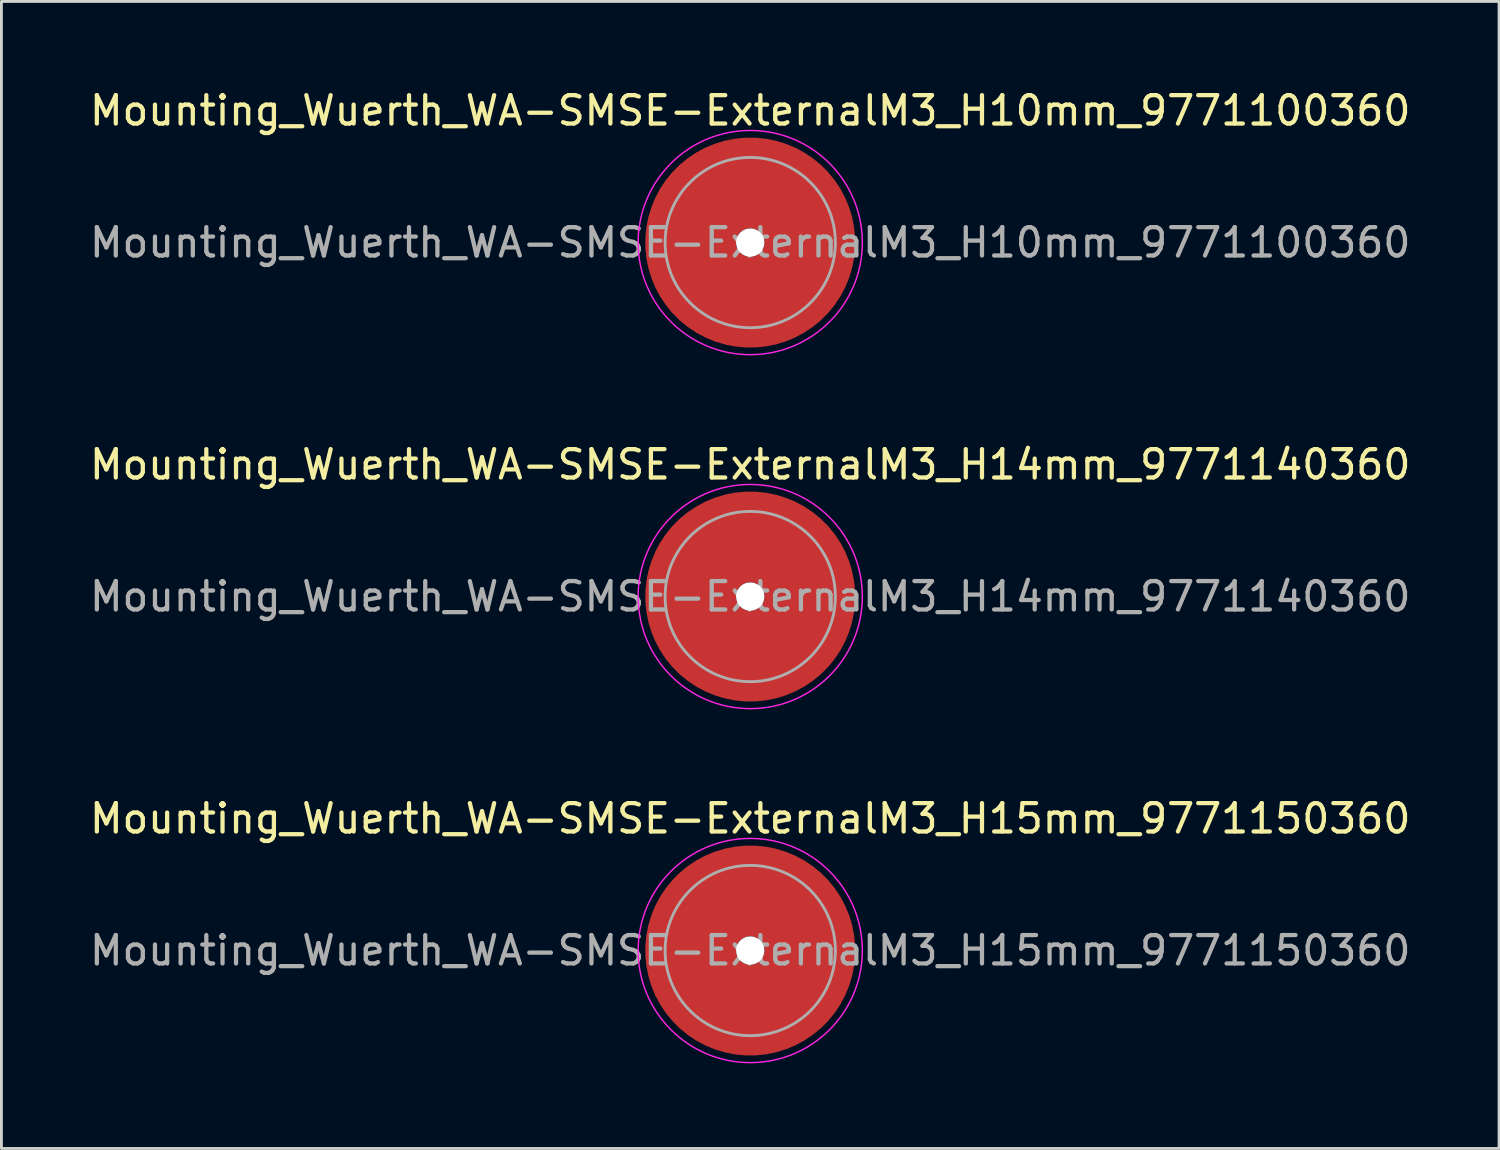
<source format=kicad_pcb>
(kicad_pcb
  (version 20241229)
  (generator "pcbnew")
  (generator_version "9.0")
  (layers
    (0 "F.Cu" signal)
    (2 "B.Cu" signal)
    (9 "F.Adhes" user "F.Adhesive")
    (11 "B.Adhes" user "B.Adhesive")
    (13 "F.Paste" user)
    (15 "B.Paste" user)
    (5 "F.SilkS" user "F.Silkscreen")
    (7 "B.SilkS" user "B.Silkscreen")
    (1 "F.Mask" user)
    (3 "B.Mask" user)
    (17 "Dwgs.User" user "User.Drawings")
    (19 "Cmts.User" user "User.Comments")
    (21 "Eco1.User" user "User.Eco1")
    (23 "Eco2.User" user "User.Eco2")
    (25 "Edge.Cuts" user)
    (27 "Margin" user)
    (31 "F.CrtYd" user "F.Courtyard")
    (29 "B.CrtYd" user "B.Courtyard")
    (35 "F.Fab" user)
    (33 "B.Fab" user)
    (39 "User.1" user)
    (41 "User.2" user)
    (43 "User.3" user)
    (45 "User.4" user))
  (footprint "Mounting_Wuerth_WA-SMSE-ExternalM3_H14mm_9771140360"
    (layer "F.Cu")
    (at 23.387 17.971)
    (property "Reference" "Mounting_Wuerth_WA-SMSE-ExternalM3_H14mm_9771140360" (at 0 -4.65 0) (layer "F.SilkS") (effects (font (size 1 1) (thickness 0.15))))
    (attr smd)
    (fp_circle (center 0 0) (end 3.95 0) (stroke (width 0.05) (type solid)) (fill no) (layer "F.CrtYd"))
    (fp_circle (center 0 0) (end 3 0) (stroke (width 0.1) (type solid)) (fill no) (layer "F.Fab"))
    (fp_text user "${REFERENCE}" (at 0 0 0) (layer "F.Fab") (effects (font (size 1 1) (thickness 0.15))))
    (pad "" smd custom (at 0 -2.1) (size 2.6 2.6) (layers "F.Paste") (options (anchor circle)) (primitives (gr_arc (start -0.305123 1.47) (mid -0.000513 1.4) (end 0.3042 1.469554) (width 0.2)) (gr_arc (start -0.493052 1.47) (mid -0.000664 1.3) (end 0.492006 1.469183) (width 0.2)) (gr_arc (start -0.642729 1.47) (mid -0.000361 1.2) (end 0.642223 1.469484) (width 0.2)) (gr_arc (start -0.776595 1.47) (mid -0.00087 1.1) (end 0.775497 1.468649) (width 0.2)) (gr_arc (start -0.901721 1.47) (mid -0.00018 1) (end 0.901515 1.469705) (width 0.2)) (gr_arc (start -1.021323 1.47) (mid -0.000665 0.9) (end 1.020624 1.468868) (width 0.2)) (gr_arc (start -1.137146 1.47) (mid -0.000289 0.8) (end 1.136866 1.469495) (width 0.2)) (gr_arc (start -1.25024 1.47) (mid -0.000155 0.7) (end 1.250101 1.469724) (width 0.2)) (gr_arc (start -1.361286 1.47) (mid -0.000403 0.6) (end 1.360947 1.469268) (width 0.2)) (gr_arc (start -1.470748 1.47) (mid -0.000334 0.5) (end 1.470485 1.469386) (width 0.2)) (gr_arc (start -1.578955 1.47) (mid -0.001427 0.400001) (end 1.577895 1.46735) (width 0.2)) (gr_arc (start -1.686149 1.47) (mid -0.000398 0.3) (end 1.68587 1.469254) (width 0.2)) (gr_arc (start -1.792512 1.47) (mid -0.001173 0.200001) (end 1.791733 1.467788) (width 0.2)) (gr_arc (start -1.898183 1.47) (mid -0.001368 0.100001) (end 1.897319 1.467404) (width 0.2)) (gr_arc (start -2.003272 1.47) (mid -0.001554 0.000001) (end 2.002338 1.467036) (width 0.2)) (gr_arc (start -2.107866 1.47) (mid -0.00037 -0.1) (end 2.107654 1.469292) (width 0.2)) (gr_arc (start -2.212035 1.47) (mid -0.00011 -0.2) (end 2.211975 1.469788) (width 0.2)) (gr_arc (start -2.315837 1.47) (mid -0.001322 -0.3) (end 2.315142 1.46745) (width 0.2)) (gr_arc (start -2.419318 1.47) (mid -0.000179 -0.4) (end 2.419228 1.469653) (width 0.2)) (gr_arc (start -2.522519 1.47) (mid -0.001235 -0.5) (end 2.521919 1.467604) (width 0.2)) (gr_arc (start -2.625471 1.47) (mid -0.000311 -0.6) (end 2.625326 1.469395) (width 0.2)) (gr_arc (start -2.728205 1.47) (mid -0.002303 -0.7) (end 2.727165 1.465513) (width 0.2)) (gr_arc (start -2.830742 1.47) (mid -0.000149 -0.8) (end 2.830677 1.469709) (width 0.2)) (gr_arc (start -2.933104 1.47) (mid -0.001447 -0.899999) (end 2.932495 1.46717) (width 0.2)) (gr_arc (start -3.035309 1.47) (mid -0.001317 -1) (end 3.034773 1.467421) (width 0.2)) (gr_arc (start -3.137372 1.47) (mid -0.002554 -1.099999) (end 3.136362 1.464993) (width 0.2)) (gr_arc (start -3.239305 1.47) (mid -0.002543 -1.199999) (end 3.23833 1.465008) (width 0.2)) (gr_arc (start -3.341123 1.47) (mid -0.001289 -1.3) (end 3.340644 1.467467) (width 0.2)) (gr_arc (start -3.442833 1.47) (mid -0.001847 -1.399999) (end 3.442166 1.466366) (width 0.2)) (gr_line (start 0.305 1.47) (end 3.443 1.47) (width 0.2)) (gr_line (start -0.305 1.47) (end -3.443 1.47) (width 0.2))))
    (pad "" np_thru_hole circle (at 0 0) (size 1 1) (drill 1) (layers "*.Cu" "*.Mask"))
    (pad "" smd custom (at 0 2.1) (size 2.6 2.6) (layers "F.Paste") (options (anchor circle)) (primitives (gr_arc (start 0.305123 -1.47) (mid 0.000513 -1.4) (end -0.3042 -1.469554) (width 0.2)) (gr_arc (start 0.493052 -1.47) (mid 0.000664 -1.3) (end -0.492006 -1.469183) (width 0.2)) (gr_arc (start 0.642729 -1.47) (mid 0.000361 -1.2) (end -0.642223 -1.469484) (width 0.2)) (gr_arc (start 0.776595 -1.47) (mid 0.00087 -1.1) (end -0.775497 -1.468649) (width 0.2)) (gr_arc (start 0.901721 -1.47) (mid 0.00018 -1) (end -0.901515 -1.469705) (width 0.2)) (gr_arc (start 1.021323 -1.47) (mid 0.000665 -0.9) (end -1.020624 -1.468868) (width 0.2)) (gr_arc (start 1.137146 -1.47) (mid 0.000289 -0.8) (end -1.136866 -1.469495) (width 0.2)) (gr_arc (start 1.25024 -1.47) (mid 0.000155 -0.7) (end -1.250101 -1.469724) (width 0.2)) (gr_arc (start 1.361286 -1.47) (mid 0.000403 -0.6) (end -1.360947 -1.469268) (width 0.2)) (gr_arc (start 1.470748 -1.47) (mid 0.000334 -0.5) (end -1.470485 -1.469386) (width 0.2)) (gr_arc (start 1.578955 -1.47) (mid 0.001427 -0.400001) (end -1.577895 -1.46735) (width 0.2)) (gr_arc (start 1.686149 -1.47) (mid 0.000398 -0.3) (end -1.68587 -1.469254) (width 0.2)) (gr_arc (start 1.792512 -1.47) (mid 0.001173 -0.200001) (end -1.791733 -1.467788) (width 0.2)) (gr_arc (start 1.898183 -1.47) (mid 0.001368 -0.100001) (end -1.897319 -1.467404) (width 0.2)) (gr_arc (start 2.003272 -1.47) (mid 0.001554 -0.000002) (end -2.002338 -1.467036) (width 0.2)) (gr_arc (start 2.107866 -1.47) (mid 0.00037 0.1) (end -2.107654 -1.469292) (width 0.2)) (gr_arc (start 2.212035 -1.47) (mid 0.00011 0.2) (end -2.211975 -1.469788) (width 0.2)) (gr_arc (start 2.315837 -1.47) (mid 0.001322 0.3) (end -2.315142 -1.46745) (width 0.2)) (gr_arc (start 2.419318 -1.47) (mid 0.000179 0.4) (end -2.419228 -1.469653) (width 0.2)) (gr_arc (start 2.522519 -1.47) (mid 0.001235 0.5) (end -2.521919 -1.467604) (width 0.2)) (gr_arc (start 2.625471 -1.47) (mid 0.000311 0.6) (end -2.625326 -1.469395) (width 0.2)) (gr_arc (start 2.728205 -1.47) (mid 0.002303 0.7) (end -2.727165 -1.465513) (width 0.2)) (gr_arc (start 2.830742 -1.47) (mid 0.000149 0.8) (end -2.830677 -1.469709) (width 0.2)) (gr_arc (start 2.933104 -1.47) (mid 0.001447 0.899999) (end -2.932495 -1.46717) (width 0.2)) (gr_arc (start 3.035309 -1.47) (mid 0.001317 1) (end -3.034773 -1.467421) (width 0.2)) (gr_arc (start 3.137372 -1.47) (mid 0.002554 1.099999) (end -3.136362 -1.464993) (width 0.2)) (gr_arc (start 3.239305 -1.47) (mid 0.002543 1.199999) (end -3.23833 -1.465008) (width 0.2)) (gr_arc (start 3.341123 -1.47) (mid 0.001289 1.3) (end -3.340644 -1.467467) (width 0.2)) (gr_arc (start 3.442833 -1.47) (mid 0.001847 1.399999) (end -3.442166 -1.466366) (width 0.2)) (gr_line (start -0.305 -1.47) (end -3.443 -1.47) (width 0.2)) (gr_line (start 0.305 -1.47) (end 3.443 -1.47) (width 0.2))))
    (pad "1" smd circle (at -2.1 0) (size 2.8 2.8) (layers "F.Cu"))
    (pad "1" smd circle (at 0 -2.1) (size 2.8 2.8) (layers "F.Cu"))
    (pad "1" smd circle (at 0 2.1) (size 2.8 2.8) (layers "F.Cu"))
    (pad "1" smd custom (at 2.1 0) (size 2.8 2.8) (layers "F.Cu" "F.Mask") (options (anchor circle)) (primitives (gr_circle (center -2.1 0) (end 0 0) (width 3.2) (fill no)))))
  (footprint "Mounting_Wuerth_WA-SMSE-ExternalM3_H10mm_9771100360"
    (layer "F.Cu")
    (at 23.387 5.498)
    (property "Reference" "Mounting_Wuerth_WA-SMSE-ExternalM3_H10mm_9771100360" (at 0 -4.65 0) (layer "F.SilkS") (effects (font (size 1 1) (thickness 0.15))))
    (attr smd)
    (fp_circle (center 0 0) (end 3.95 0) (stroke (width 0.05) (type solid)) (fill no) (layer "F.CrtYd"))
    (fp_circle (center 0 0) (end 3 0) (stroke (width 0.1) (type solid)) (fill no) (layer "F.Fab"))
    (fp_text user "${REFERENCE}" (at 0 0 0) (layer "F.Fab") (effects (font (size 1 1) (thickness 0.15))))
    (pad "" smd custom (at 0 -2.1) (size 2.6 2.6) (layers "F.Paste") (options (anchor circle)) (primitives (gr_arc (start -0.305123 1.47) (mid -0.000513 1.4) (end 0.3042 1.469554) (width 0.2)) (gr_arc (start -0.493052 1.47) (mid -0.000664 1.3) (end 0.492006 1.469183) (width 0.2)) (gr_arc (start -0.642729 1.47) (mid -0.000361 1.2) (end 0.642223 1.469484) (width 0.2)) (gr_arc (start -0.776595 1.47) (mid -0.00087 1.1) (end 0.775497 1.468649) (width 0.2)) (gr_arc (start -0.901721 1.47) (mid -0.00018 1) (end 0.901515 1.469705) (width 0.2)) (gr_arc (start -1.021323 1.47) (mid -0.000665 0.9) (end 1.020624 1.468868) (width 0.2)) (gr_arc (start -1.137146 1.47) (mid -0.000289 0.8) (end 1.136866 1.469495) (width 0.2)) (gr_arc (start -1.25024 1.47) (mid -0.000155 0.7) (end 1.250101 1.469724) (width 0.2)) (gr_arc (start -1.361286 1.47) (mid -0.000403 0.6) (end 1.360947 1.469268) (width 0.2)) (gr_arc (start -1.470748 1.47) (mid -0.000334 0.5) (end 1.470485 1.469386) (width 0.2)) (gr_arc (start -1.578955 1.47) (mid -0.001427 0.400001) (end 1.577895 1.46735) (width 0.2)) (gr_arc (start -1.686149 1.47) (mid -0.000398 0.3) (end 1.68587 1.469254) (width 0.2)) (gr_arc (start -1.792512 1.47) (mid -0.001173 0.200001) (end 1.791733 1.467788) (width 0.2)) (gr_arc (start -1.898183 1.47) (mid -0.001368 0.100001) (end 1.897319 1.467404) (width 0.2)) (gr_arc (start -2.003272 1.47) (mid -0.001554 0.000001) (end 2.002338 1.467036) (width 0.2)) (gr_arc (start -2.107866 1.47) (mid -0.00037 -0.1) (end 2.107654 1.469292) (width 0.2)) (gr_arc (start -2.212035 1.47) (mid -0.00011 -0.2) (end 2.211975 1.469788) (width 0.2)) (gr_arc (start -2.315837 1.47) (mid -0.001322 -0.3) (end 2.315142 1.46745) (width 0.2)) (gr_arc (start -2.419318 1.47) (mid -0.000179 -0.4) (end 2.419228 1.469653) (width 0.2)) (gr_arc (start -2.522519 1.47) (mid -0.001235 -0.5) (end 2.521919 1.467604) (width 0.2)) (gr_arc (start -2.625471 1.47) (mid -0.000311 -0.6) (end 2.625326 1.469395) (width 0.2)) (gr_arc (start -2.728205 1.47) (mid -0.002303 -0.7) (end 2.727165 1.465513) (width 0.2)) (gr_arc (start -2.830742 1.47) (mid -0.000149 -0.8) (end 2.830677 1.469709) (width 0.2)) (gr_arc (start -2.933104 1.47) (mid -0.001447 -0.899999) (end 2.932495 1.46717) (width 0.2)) (gr_arc (start -3.035309 1.47) (mid -0.001317 -1) (end 3.034773 1.467421) (width 0.2)) (gr_arc (start -3.137372 1.47) (mid -0.002554 -1.099999) (end 3.136362 1.464993) (width 0.2)) (gr_arc (start -3.239305 1.47) (mid -0.002543 -1.199999) (end 3.23833 1.465008) (width 0.2)) (gr_arc (start -3.341123 1.47) (mid -0.001289 -1.3) (end 3.340644 1.467467) (width 0.2)) (gr_arc (start -3.442833 1.47) (mid -0.001847 -1.399999) (end 3.442166 1.466366) (width 0.2)) (gr_line (start 0.305 1.47) (end 3.443 1.47) (width 0.2)) (gr_line (start -0.305 1.47) (end -3.443 1.47) (width 0.2))))
    (pad "" np_thru_hole circle (at 0 0) (size 1 1) (drill 1) (layers "*.Cu" "*.Mask"))
    (pad "" smd custom (at 0 2.1) (size 2.6 2.6) (layers "F.Paste") (options (anchor circle)) (primitives (gr_arc (start 0.305123 -1.47) (mid 0.000513 -1.4) (end -0.3042 -1.469554) (width 0.2)) (gr_arc (start 0.493052 -1.47) (mid 0.000664 -1.3) (end -0.492006 -1.469183) (width 0.2)) (gr_arc (start 0.642729 -1.47) (mid 0.000361 -1.2) (end -0.642223 -1.469484) (width 0.2)) (gr_arc (start 0.776595 -1.47) (mid 0.00087 -1.1) (end -0.775497 -1.468649) (width 0.2)) (gr_arc (start 0.901721 -1.47) (mid 0.00018 -1) (end -0.901515 -1.469705) (width 0.2)) (gr_arc (start 1.021323 -1.47) (mid 0.000665 -0.9) (end -1.020624 -1.468868) (width 0.2)) (gr_arc (start 1.137146 -1.47) (mid 0.000289 -0.8) (end -1.136866 -1.469495) (width 0.2)) (gr_arc (start 1.25024 -1.47) (mid 0.000155 -0.7) (end -1.250101 -1.469724) (width 0.2)) (gr_arc (start 1.361286 -1.47) (mid 0.000403 -0.6) (end -1.360947 -1.469268) (width 0.2)) (gr_arc (start 1.470748 -1.47) (mid 0.000334 -0.5) (end -1.470485 -1.469386) (width 0.2)) (gr_arc (start 1.578955 -1.47) (mid 0.001427 -0.400001) (end -1.577895 -1.46735) (width 0.2)) (gr_arc (start 1.686149 -1.47) (mid 0.000398 -0.3) (end -1.68587 -1.469254) (width 0.2)) (gr_arc (start 1.792512 -1.47) (mid 0.001173 -0.200001) (end -1.791733 -1.467788) (width 0.2)) (gr_arc (start 1.898183 -1.47) (mid 0.001368 -0.100001) (end -1.897319 -1.467404) (width 0.2)) (gr_arc (start 2.003272 -1.47) (mid 0.001554 -0.000002) (end -2.002338 -1.467036) (width 0.2)) (gr_arc (start 2.107866 -1.47) (mid 0.00037 0.1) (end -2.107654 -1.469292) (width 0.2)) (gr_arc (start 2.212035 -1.47) (mid 0.00011 0.2) (end -2.211975 -1.469788) (width 0.2)) (gr_arc (start 2.315837 -1.47) (mid 0.001322 0.3) (end -2.315142 -1.46745) (width 0.2)) (gr_arc (start 2.419318 -1.47) (mid 0.000179 0.4) (end -2.419228 -1.469653) (width 0.2)) (gr_arc (start 2.522519 -1.47) (mid 0.001235 0.5) (end -2.521919 -1.467604) (width 0.2)) (gr_arc (start 2.625471 -1.47) (mid 0.000311 0.6) (end -2.625326 -1.469395) (width 0.2)) (gr_arc (start 2.728205 -1.47) (mid 0.002303 0.7) (end -2.727165 -1.465513) (width 0.2)) (gr_arc (start 2.830742 -1.47) (mid 0.000149 0.8) (end -2.830677 -1.469709) (width 0.2)) (gr_arc (start 2.933104 -1.47) (mid 0.001447 0.899999) (end -2.932495 -1.46717) (width 0.2)) (gr_arc (start 3.035309 -1.47) (mid 0.001317 1) (end -3.034773 -1.467421) (width 0.2)) (gr_arc (start 3.137372 -1.47) (mid 0.002554 1.099999) (end -3.136362 -1.464993) (width 0.2)) (gr_arc (start 3.239305 -1.47) (mid 0.002543 1.199999) (end -3.23833 -1.465008) (width 0.2)) (gr_arc (start 3.341123 -1.47) (mid 0.001289 1.3) (end -3.340644 -1.467467) (width 0.2)) (gr_arc (start 3.442833 -1.47) (mid 0.001847 1.399999) (end -3.442166 -1.466366) (width 0.2)) (gr_line (start -0.305 -1.47) (end -3.443 -1.47) (width 0.2)) (gr_line (start 0.305 -1.47) (end 3.443 -1.47) (width 0.2))))
    (pad "1" smd circle (at -2.1 0) (size 2.8 2.8) (layers "F.Cu"))
    (pad "1" smd circle (at 0 -2.1) (size 2.8 2.8) (layers "F.Cu"))
    (pad "1" smd circle (at 0 2.1) (size 2.8 2.8) (layers "F.Cu"))
    (pad "1" smd custom (at 2.1 0) (size 2.8 2.8) (layers "F.Cu" "F.Mask") (options (anchor circle)) (primitives (gr_circle (center -2.1 0) (end 0 0) (width 3.2) (fill no)))))
  (footprint "Mounting_Wuerth_WA-SMSE-ExternalM3_H15mm_9771150360"
    (layer "F.Cu")
    (at 23.387 30.445)
    (property "Reference" "Mounting_Wuerth_WA-SMSE-ExternalM3_H15mm_9771150360" (at 0 -4.65 0) (layer "F.SilkS") (effects (font (size 1 1) (thickness 0.15))))
    (attr smd)
    (fp_circle (center 0 0) (end 3.95 0) (stroke (width 0.05) (type solid)) (fill no) (layer "F.CrtYd"))
    (fp_circle (center 0 0) (end 3 0) (stroke (width 0.1) (type solid)) (fill no) (layer "F.Fab"))
    (fp_text user "${REFERENCE}" (at 0 0 0) (layer "F.Fab") (effects (font (size 1 1) (thickness 0.15))))
    (pad "" smd custom (at 0 -2.1) (size 2.6 2.6) (layers "F.Paste") (options (anchor circle)) (primitives (gr_arc (start -0.305123 1.47) (mid -0.000513 1.4) (end 0.3042 1.469554) (width 0.2)) (gr_arc (start -0.493052 1.47) (mid -0.000664 1.3) (end 0.492006 1.469183) (width 0.2)) (gr_arc (start -0.642729 1.47) (mid -0.000361 1.2) (end 0.642223 1.469484) (width 0.2)) (gr_arc (start -0.776595 1.47) (mid -0.00087 1.1) (end 0.775497 1.468649) (width 0.2)) (gr_arc (start -0.901721 1.47) (mid -0.00018 1) (end 0.901515 1.469705) (width 0.2)) (gr_arc (start -1.021323 1.47) (mid -0.000665 0.9) (end 1.020624 1.468868) (width 0.2)) (gr_arc (start -1.137146 1.47) (mid -0.000289 0.8) (end 1.136866 1.469495) (width 0.2)) (gr_arc (start -1.25024 1.47) (mid -0.000155 0.7) (end 1.250101 1.469724) (width 0.2)) (gr_arc (start -1.361286 1.47) (mid -0.000403 0.6) (end 1.360947 1.469268) (width 0.2)) (gr_arc (start -1.470748 1.47) (mid -0.000334 0.5) (end 1.470485 1.469386) (width 0.2)) (gr_arc (start -1.578955 1.47) (mid -0.001427 0.400001) (end 1.577895 1.46735) (width 0.2)) (gr_arc (start -1.686149 1.47) (mid -0.000398 0.3) (end 1.68587 1.469254) (width 0.2)) (gr_arc (start -1.792512 1.47) (mid -0.001173 0.200001) (end 1.791733 1.467788) (width 0.2)) (gr_arc (start -1.898183 1.47) (mid -0.001368 0.100001) (end 1.897319 1.467404) (width 0.2)) (gr_arc (start -2.003272 1.47) (mid -0.001554 0.000001) (end 2.002338 1.467036) (width 0.2)) (gr_arc (start -2.107866 1.47) (mid -0.00037 -0.1) (end 2.107654 1.469292) (width 0.2)) (gr_arc (start -2.212035 1.47) (mid -0.00011 -0.2) (end 2.211975 1.469788) (width 0.2)) (gr_arc (start -2.315837 1.47) (mid -0.001322 -0.3) (end 2.315142 1.46745) (width 0.2)) (gr_arc (start -2.419318 1.47) (mid -0.000179 -0.4) (end 2.419228 1.469653) (width 0.2)) (gr_arc (start -2.522519 1.47) (mid -0.001235 -0.5) (end 2.521919 1.467604) (width 0.2)) (gr_arc (start -2.625471 1.47) (mid -0.000311 -0.6) (end 2.625326 1.469395) (width 0.2)) (gr_arc (start -2.728205 1.47) (mid -0.002303 -0.7) (end 2.727165 1.465513) (width 0.2)) (gr_arc (start -2.830742 1.47) (mid -0.000149 -0.8) (end 2.830677 1.469709) (width 0.2)) (gr_arc (start -2.933104 1.47) (mid -0.001447 -0.899999) (end 2.932495 1.46717) (width 0.2)) (gr_arc (start -3.035309 1.47) (mid -0.001317 -1) (end 3.034773 1.467421) (width 0.2)) (gr_arc (start -3.137372 1.47) (mid -0.002554 -1.099999) (end 3.136362 1.464993) (width 0.2)) (gr_arc (start -3.239305 1.47) (mid -0.002543 -1.199999) (end 3.23833 1.465008) (width 0.2)) (gr_arc (start -3.341123 1.47) (mid -0.001289 -1.3) (end 3.340644 1.467467) (width 0.2)) (gr_arc (start -3.442833 1.47) (mid -0.001847 -1.399999) (end 3.442166 1.466366) (width 0.2)) (gr_line (start 0.305 1.47) (end 3.443 1.47) (width 0.2)) (gr_line (start -0.305 1.47) (end -3.443 1.47) (width 0.2))))
    (pad "" np_thru_hole circle (at 0 0) (size 1 1) (drill 1) (layers "*.Cu" "*.Mask"))
    (pad "" smd custom (at 0 2.1) (size 2.6 2.6) (layers "F.Paste") (options (anchor circle)) (primitives (gr_arc (start 0.305123 -1.47) (mid 0.000513 -1.4) (end -0.3042 -1.469554) (width 0.2)) (gr_arc (start 0.493052 -1.47) (mid 0.000664 -1.3) (end -0.492006 -1.469183) (width 0.2)) (gr_arc (start 0.642729 -1.47) (mid 0.000361 -1.2) (end -0.642223 -1.469484) (width 0.2)) (gr_arc (start 0.776595 -1.47) (mid 0.00087 -1.1) (end -0.775497 -1.468649) (width 0.2)) (gr_arc (start 0.901721 -1.47) (mid 0.00018 -1) (end -0.901515 -1.469705) (width 0.2)) (gr_arc (start 1.021323 -1.47) (mid 0.000665 -0.9) (end -1.020624 -1.468868) (width 0.2)) (gr_arc (start 1.137146 -1.47) (mid 0.000289 -0.8) (end -1.136866 -1.469495) (width 0.2)) (gr_arc (start 1.25024 -1.47) (mid 0.000155 -0.7) (end -1.250101 -1.469724) (width 0.2)) (gr_arc (start 1.361286 -1.47) (mid 0.000403 -0.6) (end -1.360947 -1.469268) (width 0.2)) (gr_arc (start 1.470748 -1.47) (mid 0.000334 -0.5) (end -1.470485 -1.469386) (width 0.2)) (gr_arc (start 1.578955 -1.47) (mid 0.001427 -0.400001) (end -1.577895 -1.46735) (width 0.2)) (gr_arc (start 1.686149 -1.47) (mid 0.000398 -0.3) (end -1.68587 -1.469254) (width 0.2)) (gr_arc (start 1.792512 -1.47) (mid 0.001173 -0.200001) (end -1.791733 -1.467788) (width 0.2)) (gr_arc (start 1.898183 -1.47) (mid 0.001368 -0.100001) (end -1.897319 -1.467404) (width 0.2)) (gr_arc (start 2.003272 -1.47) (mid 0.001554 -0.000002) (end -2.002338 -1.467036) (width 0.2)) (gr_arc (start 2.107866 -1.47) (mid 0.00037 0.1) (end -2.107654 -1.469292) (width 0.2)) (gr_arc (start 2.212035 -1.47) (mid 0.00011 0.2) (end -2.211975 -1.469788) (width 0.2)) (gr_arc (start 2.315837 -1.47) (mid 0.001322 0.3) (end -2.315142 -1.46745) (width 0.2)) (gr_arc (start 2.419318 -1.47) (mid 0.000179 0.4) (end -2.419228 -1.469653) (width 0.2)) (gr_arc (start 2.522519 -1.47) (mid 0.001235 0.5) (end -2.521919 -1.467604) (width 0.2)) (gr_arc (start 2.625471 -1.47) (mid 0.000311 0.6) (end -2.625326 -1.469395) (width 0.2)) (gr_arc (start 2.728205 -1.47) (mid 0.002303 0.7) (end -2.727165 -1.465513) (width 0.2)) (gr_arc (start 2.830742 -1.47) (mid 0.000149 0.8) (end -2.830677 -1.469709) (width 0.2)) (gr_arc (start 2.933104 -1.47) (mid 0.001447 0.899999) (end -2.932495 -1.46717) (width 0.2)) (gr_arc (start 3.035309 -1.47) (mid 0.001317 1) (end -3.034773 -1.467421) (width 0.2)) (gr_arc (start 3.137372 -1.47) (mid 0.002554 1.099999) (end -3.136362 -1.464993) (width 0.2)) (gr_arc (start 3.239305 -1.47) (mid 0.002543 1.199999) (end -3.23833 -1.465008) (width 0.2)) (gr_arc (start 3.341123 -1.47) (mid 0.001289 1.3) (end -3.340644 -1.467467) (width 0.2)) (gr_arc (start 3.442833 -1.47) (mid 0.001847 1.399999) (end -3.442166 -1.466366) (width 0.2)) (gr_line (start -0.305 -1.47) (end -3.443 -1.47) (width 0.2)) (gr_line (start 0.305 -1.47) (end 3.443 -1.47) (width 0.2))))
    (pad "1" smd circle (at -2.1 0) (size 2.8 2.8) (layers "F.Cu"))
    (pad "1" smd circle (at 0 -2.1) (size 2.8 2.8) (layers "F.Cu"))
    (pad "1" smd circle (at 0 2.1) (size 2.8 2.8) (layers "F.Cu"))
    (pad "1" smd custom (at 2.1 0) (size 2.8 2.8) (layers "F.Cu" "F.Mask") (options (anchor circle)) (primitives (gr_circle (center -2.1 0) (end 0 0) (width 3.2) (fill no)))))
  (gr_rect
    (start -3 -3)
    (end 49.774 37.42)
    (stroke (width 0.1) (type default))
    (fill no)
    (layer "Edge.Cuts")))
</source>
